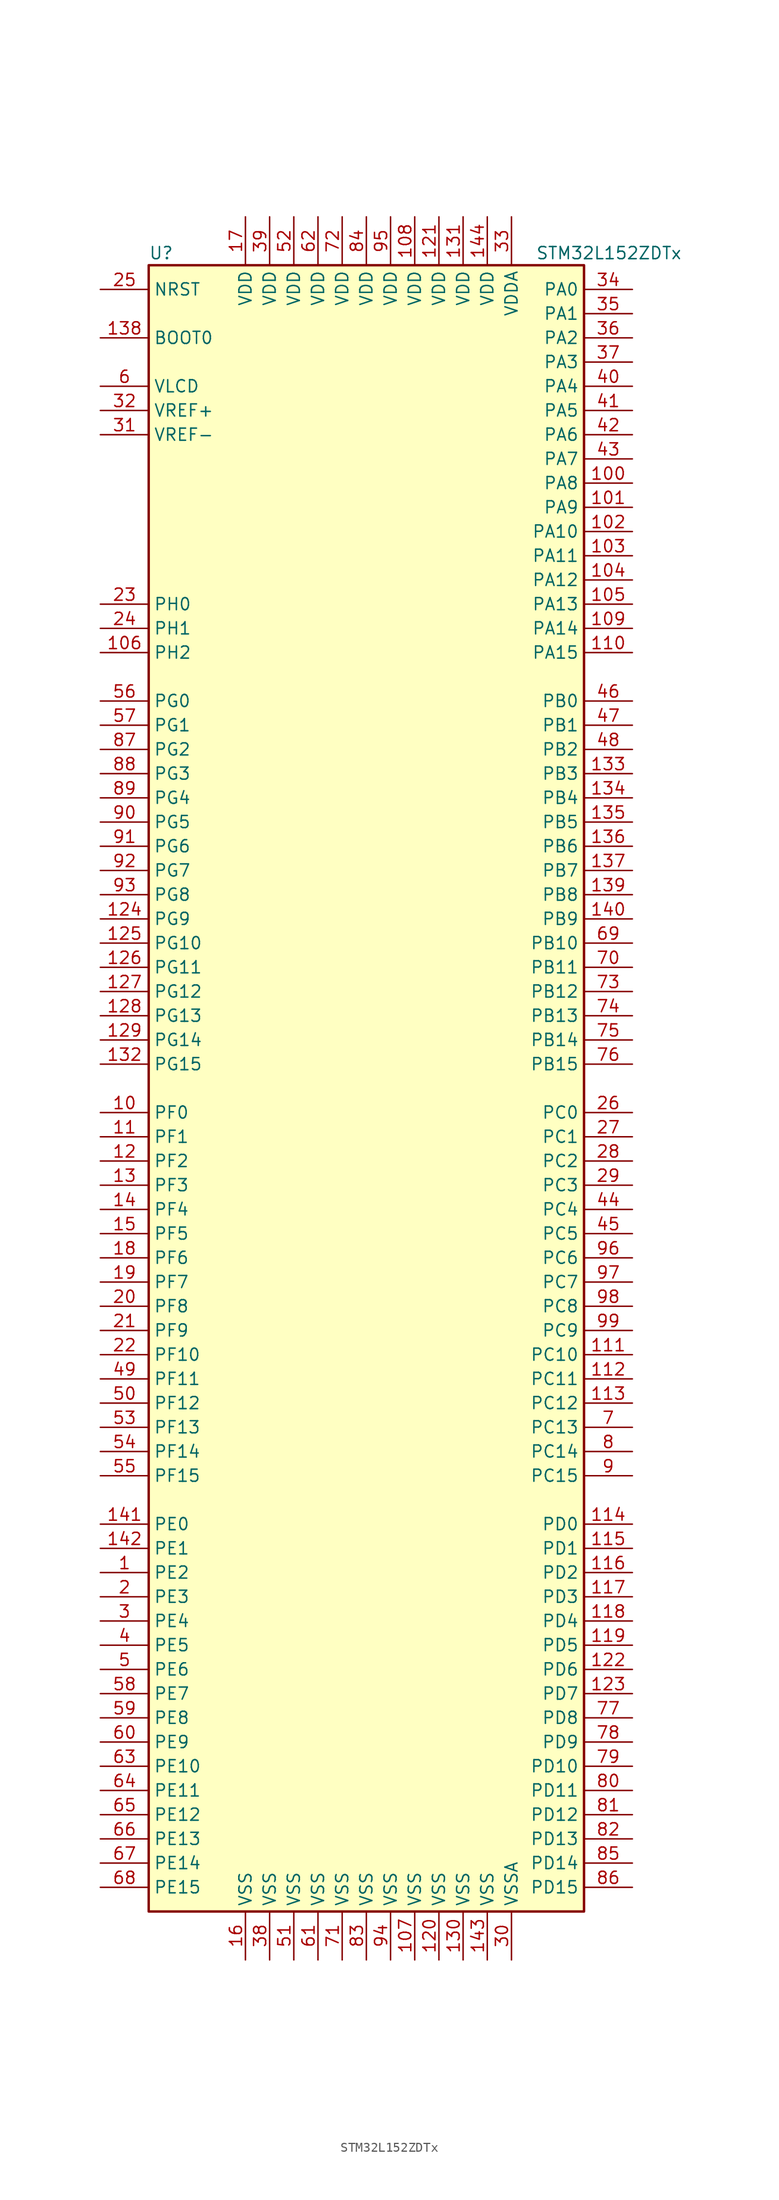
<source format=kicad_sym>
(kicad_symbol_lib
  (version 20211014)
  (generator kicad_symbol_editor)
  (symbol "STM32L152ZDTx"
    (property "Reference" "U"
      (at -22.86 87.63 0)
      (effects (font (size 1.27 1.27)) (justify left)))
    (property "Value" "STM32L152ZDTx"
      (at 17.78 87.63 0)
      (effects (font (size 1.27 1.27)) (justify left)))
    (symbol "STM32L152ZDTx_0_1"
      (rectangle (start -22.86 -86.36) (end 22.86 86.36) (stroke (width 0.254) (type default) (color 0 0 0 0)) (fill (type background))))
    (symbol "STM32L152ZDTx_1_1"
      (pin bidirectional line (at -27.94 -50.8 0) (length 5.08) (name "PE2" (effects (font (size 1.27 1.27)))) (number "1" (effects (font (size 1.27 1.27)))))
      (pin bidirectional line (at -27.94 -2.54 0) (length 5.08) (name "PF0" (effects (font (size 1.27 1.27)))) (number "10" (effects (font (size 1.27 1.27)))))
      (pin bidirectional line (at 27.94 63.5 180) (length 5.08) (name "PA8" (effects (font (size 1.27 1.27)))) (number "100" (effects (font (size 1.27 1.27)))))
      (pin bidirectional line (at 27.94 60.96 180) (length 5.08) (name "PA9" (effects (font (size 1.27 1.27)))) (number "101" (effects (font (size 1.27 1.27)))))
      (pin bidirectional line (at 27.94 58.42 180) (length 5.08) (name "PA10" (effects (font (size 1.27 1.27)))) (number "102" (effects (font (size 1.27 1.27)))))
      (pin bidirectional line (at 27.94 55.88 180) (length 5.08) (name "PA11" (effects (font (size 1.27 1.27)))) (number "103" (effects (font (size 1.27 1.27)))))
      (pin bidirectional line (at 27.94 53.34 180) (length 5.08) (name "PA12" (effects (font (size 1.27 1.27)))) (number "104" (effects (font (size 1.27 1.27)))))
      (pin bidirectional line (at 27.94 50.8 180) (length 5.08) (name "PA13" (effects (font (size 1.27 1.27)))) (number "105" (effects (font (size 1.27 1.27)))))
      (pin bidirectional line (at -27.94 45.72 0) (length 5.08) (name "PH2" (effects (font (size 1.27 1.27)))) (number "106" (effects (font (size 1.27 1.27)))))
      (pin power_in line (at 5.08 -91.44 90) (length 5.08) (name "VSS" (effects (font (size 1.27 1.27)))) (number "107" (effects (font (size 1.27 1.27)))))
      (pin power_in line (at 5.08 91.44 270) (length 5.08) (name "VDD" (effects (font (size 1.27 1.27)))) (number "108" (effects (font (size 1.27 1.27)))))
      (pin bidirectional line (at 27.94 48.26 180) (length 5.08) (name "PA14" (effects (font (size 1.27 1.27)))) (number "109" (effects (font (size 1.27 1.27)))))
      (pin bidirectional line (at -27.94 -5.08 0) (length 5.08) (name "PF1" (effects (font (size 1.27 1.27)))) (number "11" (effects (font (size 1.27 1.27)))))
      (pin bidirectional line (at 27.94 45.72 180) (length 5.08) (name "PA15" (effects (font (size 1.27 1.27)))) (number "110" (effects (font (size 1.27 1.27)))))
      (pin bidirectional line (at 27.94 -27.94 180) (length 5.08) (name "PC10" (effects (font (size 1.27 1.27)))) (number "111" (effects (font (size 1.27 1.27)))))
      (pin bidirectional line (at 27.94 -30.48 180) (length 5.08) (name "PC11" (effects (font (size 1.27 1.27)))) (number "112" (effects (font (size 1.27 1.27)))))
      (pin bidirectional line (at 27.94 -33.02 180) (length 5.08) (name "PC12" (effects (font (size 1.27 1.27)))) (number "113" (effects (font (size 1.27 1.27)))))
      (pin bidirectional line (at 27.94 -45.72 180) (length 5.08) (name "PD0" (effects (font (size 1.27 1.27)))) (number "114" (effects (font (size 1.27 1.27)))))
      (pin bidirectional line (at 27.94 -48.26 180) (length 5.08) (name "PD1" (effects (font (size 1.27 1.27)))) (number "115" (effects (font (size 1.27 1.27)))))
      (pin bidirectional line (at 27.94 -50.8 180) (length 5.08) (name "PD2" (effects (font (size 1.27 1.27)))) (number "116" (effects (font (size 1.27 1.27)))))
      (pin bidirectional line (at 27.94 -53.34 180) (length 5.08) (name "PD3" (effects (font (size 1.27 1.27)))) (number "117" (effects (font (size 1.27 1.27)))))
      (pin bidirectional line (at 27.94 -55.88 180) (length 5.08) (name "PD4" (effects (font (size 1.27 1.27)))) (number "118" (effects (font (size 1.27 1.27)))))
      (pin bidirectional line (at 27.94 -58.42 180) (length 5.08) (name "PD5" (effects (font (size 1.27 1.27)))) (number "119" (effects (font (size 1.27 1.27)))))
      (pin bidirectional line (at -27.94 -7.62 0) (length 5.08) (name "PF2" (effects (font (size 1.27 1.27)))) (number "12" (effects (font (size 1.27 1.27)))))
      (pin power_in line (at 7.62 -91.44 90) (length 5.08) (name "VSS" (effects (font (size 1.27 1.27)))) (number "120" (effects (font (size 1.27 1.27)))))
      (pin power_in line (at 7.62 91.44 270) (length 5.08) (name "VDD" (effects (font (size 1.27 1.27)))) (number "121" (effects (font (size 1.27 1.27)))))
      (pin bidirectional line (at 27.94 -60.96 180) (length 5.08) (name "PD6" (effects (font (size 1.27 1.27)))) (number "122" (effects (font (size 1.27 1.27)))))
      (pin bidirectional line (at 27.94 -63.5 180) (length 5.08) (name "PD7" (effects (font (size 1.27 1.27)))) (number "123" (effects (font (size 1.27 1.27)))))
      (pin bidirectional line (at -27.94 17.78 0) (length 5.08) (name "PG9" (effects (font (size 1.27 1.27)))) (number "124" (effects (font (size 1.27 1.27)))))
      (pin bidirectional line (at -27.94 15.24 0) (length 5.08) (name "PG10" (effects (font (size 1.27 1.27)))) (number "125" (effects (font (size 1.27 1.27)))))
      (pin bidirectional line (at -27.94 12.7 0) (length 5.08) (name "PG11" (effects (font (size 1.27 1.27)))) (number "126" (effects (font (size 1.27 1.27)))))
      (pin bidirectional line (at -27.94 10.16 0) (length 5.08) (name "PG12" (effects (font (size 1.27 1.27)))) (number "127" (effects (font (size 1.27 1.27)))))
      (pin bidirectional line (at -27.94 7.62 0) (length 5.08) (name "PG13" (effects (font (size 1.27 1.27)))) (number "128" (effects (font (size 1.27 1.27)))))
      (pin bidirectional line (at -27.94 5.08 0) (length 5.08) (name "PG14" (effects (font (size 1.27 1.27)))) (number "129" (effects (font (size 1.27 1.27)))))
      (pin bidirectional line (at -27.94 -10.16 0) (length 5.08) (name "PF3" (effects (font (size 1.27 1.27)))) (number "13" (effects (font (size 1.27 1.27)))))
      (pin power_in line (at 10.16 -91.44 90) (length 5.08) (name "VSS" (effects (font (size 1.27 1.27)))) (number "130" (effects (font (size 1.27 1.27)))))
      (pin power_in line (at 10.16 91.44 270) (length 5.08) (name "VDD" (effects (font (size 1.27 1.27)))) (number "131" (effects (font (size 1.27 1.27)))))
      (pin bidirectional line (at -27.94 2.54 0) (length 5.08) (name "PG15" (effects (font (size 1.27 1.27)))) (number "132" (effects (font (size 1.27 1.27)))))
      (pin bidirectional line (at 27.94 33.02 180) (length 5.08) (name "PB3" (effects (font (size 1.27 1.27)))) (number "133" (effects (font (size 1.27 1.27)))))
      (pin bidirectional line (at 27.94 30.48 180) (length 5.08) (name "PB4" (effects (font (size 1.27 1.27)))) (number "134" (effects (font (size 1.27 1.27)))))
      (pin bidirectional line (at 27.94 27.94 180) (length 5.08) (name "PB5" (effects (font (size 1.27 1.27)))) (number "135" (effects (font (size 1.27 1.27)))))
      (pin bidirectional line (at 27.94 25.4 180) (length 5.08) (name "PB6" (effects (font (size 1.27 1.27)))) (number "136" (effects (font (size 1.27 1.27)))))
      (pin bidirectional line (at 27.94 22.86 180) (length 5.08) (name "PB7" (effects (font (size 1.27 1.27)))) (number "137" (effects (font (size 1.27 1.27)))))
      (pin input line (at -27.94 78.74 0) (length 5.08) (name "BOOT0" (effects (font (size 1.27 1.27)))) (number "138" (effects (font (size 1.27 1.27)))))
      (pin bidirectional line (at 27.94 20.32 180) (length 5.08) (name "PB8" (effects (font (size 1.27 1.27)))) (number "139" (effects (font (size 1.27 1.27)))))
      (pin bidirectional line (at -27.94 -12.7 0) (length 5.08) (name "PF4" (effects (font (size 1.27 1.27)))) (number "14" (effects (font (size 1.27 1.27)))))
      (pin bidirectional line (at 27.94 17.78 180) (length 5.08) (name "PB9" (effects (font (size 1.27 1.27)))) (number "140" (effects (font (size 1.27 1.27)))))
      (pin bidirectional line (at -27.94 -45.72 0) (length 5.08) (name "PE0" (effects (font (size 1.27 1.27)))) (number "141" (effects (font (size 1.27 1.27)))))
      (pin bidirectional line (at -27.94 -48.26 0) (length 5.08) (name "PE1" (effects (font (size 1.27 1.27)))) (number "142" (effects (font (size 1.27 1.27)))))
      (pin power_in line (at 12.7 -91.44 90) (length 5.08) (name "VSS" (effects (font (size 1.27 1.27)))) (number "143" (effects (font (size 1.27 1.27)))))
      (pin power_in line (at 12.7 91.44 270) (length 5.08) (name "VDD" (effects (font (size 1.27 1.27)))) (number "144" (effects (font (size 1.27 1.27)))))
      (pin bidirectional line (at -27.94 -15.24 0) (length 5.08) (name "PF5" (effects (font (size 1.27 1.27)))) (number "15" (effects (font (size 1.27 1.27)))))
      (pin power_in line (at -12.7 -91.44 90) (length 5.08) (name "VSS" (effects (font (size 1.27 1.27)))) (number "16" (effects (font (size 1.27 1.27)))))
      (pin power_in line (at -12.7 91.44 270) (length 5.08) (name "VDD" (effects (font (size 1.27 1.27)))) (number "17" (effects (font (size 1.27 1.27)))))
      (pin bidirectional line (at -27.94 -17.78 0) (length 5.08) (name "PF6" (effects (font (size 1.27 1.27)))) (number "18" (effects (font (size 1.27 1.27)))))
      (pin bidirectional line (at -27.94 -20.32 0) (length 5.08) (name "PF7" (effects (font (size 1.27 1.27)))) (number "19" (effects (font (size 1.27 1.27)))))
      (pin bidirectional line (at -27.94 -53.34 0) (length 5.08) (name "PE3" (effects (font (size 1.27 1.27)))) (number "2" (effects (font (size 1.27 1.27)))))
      (pin bidirectional line (at -27.94 -22.86 0) (length 5.08) (name "PF8" (effects (font (size 1.27 1.27)))) (number "20" (effects (font (size 1.27 1.27)))))
      (pin bidirectional line (at -27.94 -25.4 0) (length 5.08) (name "PF9" (effects (font (size 1.27 1.27)))) (number "21" (effects (font (size 1.27 1.27)))))
      (pin bidirectional line (at -27.94 -27.94 0) (length 5.08) (name "PF10" (effects (font (size 1.27 1.27)))) (number "22" (effects (font (size 1.27 1.27)))))
      (pin input line (at -27.94 50.8 0) (length 5.08) (name "PH0" (effects (font (size 1.27 1.27)))) (number "23" (effects (font (size 1.27 1.27)))))
      (pin input line (at -27.94 48.26 0) (length 5.08) (name "PH1" (effects (font (size 1.27 1.27)))) (number "24" (effects (font (size 1.27 1.27)))))
      (pin input line (at -27.94 83.82 0) (length 5.08) (name "NRST" (effects (font (size 1.27 1.27)))) (number "25" (effects (font (size 1.27 1.27)))))
      (pin bidirectional line (at 27.94 -2.54 180) (length 5.08) (name "PC0" (effects (font (size 1.27 1.27)))) (number "26" (effects (font (size 1.27 1.27)))))
      (pin bidirectional line (at 27.94 -5.08 180) (length 5.08) (name "PC1" (effects (font (size 1.27 1.27)))) (number "27" (effects (font (size 1.27 1.27)))))
      (pin bidirectional line (at 27.94 -7.62 180) (length 5.08) (name "PC2" (effects (font (size 1.27 1.27)))) (number "28" (effects (font (size 1.27 1.27)))))
      (pin bidirectional line (at 27.94 -10.16 180) (length 5.08) (name "PC3" (effects (font (size 1.27 1.27)))) (number "29" (effects (font (size 1.27 1.27)))))
      (pin bidirectional line (at -27.94 -55.88 0) (length 5.08) (name "PE4" (effects (font (size 1.27 1.27)))) (number "3" (effects (font (size 1.27 1.27)))))
      (pin power_in line (at 15.24 -91.44 90) (length 5.08) (name "VSSA" (effects (font (size 1.27 1.27)))) (number "30" (effects (font (size 1.27 1.27)))))
      (pin power_in line (at -27.94 68.58 0) (length 5.08) (name "VREF-" (effects (font (size 1.27 1.27)))) (number "31" (effects (font (size 1.27 1.27)))))
      (pin power_in line (at -27.94 71.12 0) (length 5.08) (name "VREF+" (effects (font (size 1.27 1.27)))) (number "32" (effects (font (size 1.27 1.27)))))
      (pin power_in line (at 15.24 91.44 270) (length 5.08) (name "VDDA" (effects (font (size 1.27 1.27)))) (number "33" (effects (font (size 1.27 1.27)))))
      (pin bidirectional line (at 27.94 83.82 180) (length 5.08) (name "PA0" (effects (font (size 1.27 1.27)))) (number "34" (effects (font (size 1.27 1.27)))))
      (pin bidirectional line (at 27.94 81.28 180) (length 5.08) (name "PA1" (effects (font (size 1.27 1.27)))) (number "35" (effects (font (size 1.27 1.27)))))
      (pin bidirectional line (at 27.94 78.74 180) (length 5.08) (name "PA2" (effects (font (size 1.27 1.27)))) (number "36" (effects (font (size 1.27 1.27)))))
      (pin bidirectional line (at 27.94 76.2 180) (length 5.08) (name "PA3" (effects (font (size 1.27 1.27)))) (number "37" (effects (font (size 1.27 1.27)))))
      (pin power_in line (at -10.16 -91.44 90) (length 5.08) (name "VSS" (effects (font (size 1.27 1.27)))) (number "38" (effects (font (size 1.27 1.27)))))
      (pin power_in line (at -10.16 91.44 270) (length 5.08) (name "VDD" (effects (font (size 1.27 1.27)))) (number "39" (effects (font (size 1.27 1.27)))))
      (pin bidirectional line (at -27.94 -58.42 0) (length 5.08) (name "PE5" (effects (font (size 1.27 1.27)))) (number "4" (effects (font (size 1.27 1.27)))))
      (pin bidirectional line (at 27.94 73.66 180) (length 5.08) (name "PA4" (effects (font (size 1.27 1.27)))) (number "40" (effects (font (size 1.27 1.27)))))
      (pin bidirectional line (at 27.94 71.12 180) (length 5.08) (name "PA5" (effects (font (size 1.27 1.27)))) (number "41" (effects (font (size 1.27 1.27)))))
      (pin bidirectional line (at 27.94 68.58 180) (length 5.08) (name "PA6" (effects (font (size 1.27 1.27)))) (number "42" (effects (font (size 1.27 1.27)))))
      (pin bidirectional line (at 27.94 66.04 180) (length 5.08) (name "PA7" (effects (font (size 1.27 1.27)))) (number "43" (effects (font (size 1.27 1.27)))))
      (pin bidirectional line (at 27.94 -12.7 180) (length 5.08) (name "PC4" (effects (font (size 1.27 1.27)))) (number "44" (effects (font (size 1.27 1.27)))))
      (pin bidirectional line (at 27.94 -15.24 180) (length 5.08) (name "PC5" (effects (font (size 1.27 1.27)))) (number "45" (effects (font (size 1.27 1.27)))))
      (pin bidirectional line (at 27.94 40.64 180) (length 5.08) (name "PB0" (effects (font (size 1.27 1.27)))) (number "46" (effects (font (size 1.27 1.27)))))
      (pin bidirectional line (at 27.94 38.1 180) (length 5.08) (name "PB1" (effects (font (size 1.27 1.27)))) (number "47" (effects (font (size 1.27 1.27)))))
      (pin bidirectional line (at 27.94 35.56 180) (length 5.08) (name "PB2" (effects (font (size 1.27 1.27)))) (number "48" (effects (font (size 1.27 1.27)))))
      (pin bidirectional line (at -27.94 -30.48 0) (length 5.08) (name "PF11" (effects (font (size 1.27 1.27)))) (number "49" (effects (font (size 1.27 1.27)))))
      (pin bidirectional line (at -27.94 -60.96 0) (length 5.08) (name "PE6" (effects (font (size 1.27 1.27)))) (number "5" (effects (font (size 1.27 1.27)))))
      (pin bidirectional line (at -27.94 -33.02 0) (length 5.08) (name "PF12" (effects (font (size 1.27 1.27)))) (number "50" (effects (font (size 1.27 1.27)))))
      (pin power_in line (at -7.62 -91.44 90) (length 5.08) (name "VSS" (effects (font (size 1.27 1.27)))) (number "51" (effects (font (size 1.27 1.27)))))
      (pin power_in line (at -7.62 91.44 270) (length 5.08) (name "VDD" (effects (font (size 1.27 1.27)))) (number "52" (effects (font (size 1.27 1.27)))))
      (pin bidirectional line (at -27.94 -35.56 0) (length 5.08) (name "PF13" (effects (font (size 1.27 1.27)))) (number "53" (effects (font (size 1.27 1.27)))))
      (pin bidirectional line (at -27.94 -38.1 0) (length 5.08) (name "PF14" (effects (font (size 1.27 1.27)))) (number "54" (effects (font (size 1.27 1.27)))))
      (pin bidirectional line (at -27.94 -40.64 0) (length 5.08) (name "PF15" (effects (font (size 1.27 1.27)))) (number "55" (effects (font (size 1.27 1.27)))))
      (pin bidirectional line (at -27.94 40.64 0) (length 5.08) (name "PG0" (effects (font (size 1.27 1.27)))) (number "56" (effects (font (size 1.27 1.27)))))
      (pin bidirectional line (at -27.94 38.1 0) (length 5.08) (name "PG1" (effects (font (size 1.27 1.27)))) (number "57" (effects (font (size 1.27 1.27)))))
      (pin bidirectional line (at -27.94 -63.5 0) (length 5.08) (name "PE7" (effects (font (size 1.27 1.27)))) (number "58" (effects (font (size 1.27 1.27)))))
      (pin bidirectional line (at -27.94 -66.04 0) (length 5.08) (name "PE8" (effects (font (size 1.27 1.27)))) (number "59" (effects (font (size 1.27 1.27)))))
      (pin power_in line (at -27.94 73.66 0) (length 5.08) (name "VLCD" (effects (font (size 1.27 1.27)))) (number "6" (effects (font (size 1.27 1.27)))))
      (pin bidirectional line (at -27.94 -68.58 0) (length 5.08) (name "PE9" (effects (font (size 1.27 1.27)))) (number "60" (effects (font (size 1.27 1.27)))))
      (pin power_in line (at -5.08 -91.44 90) (length 5.08) (name "VSS" (effects (font (size 1.27 1.27)))) (number "61" (effects (font (size 1.27 1.27)))))
      (pin power_in line (at -5.08 91.44 270) (length 5.08) (name "VDD" (effects (font (size 1.27 1.27)))) (number "62" (effects (font (size 1.27 1.27)))))
      (pin bidirectional line (at -27.94 -71.12 0) (length 5.08) (name "PE10" (effects (font (size 1.27 1.27)))) (number "63" (effects (font (size 1.27 1.27)))))
      (pin bidirectional line (at -27.94 -73.66 0) (length 5.08) (name "PE11" (effects (font (size 1.27 1.27)))) (number "64" (effects (font (size 1.27 1.27)))))
      (pin bidirectional line (at -27.94 -76.2 0) (length 5.08) (name "PE12" (effects (font (size 1.27 1.27)))) (number "65" (effects (font (size 1.27 1.27)))))
      (pin bidirectional line (at -27.94 -78.74 0) (length 5.08) (name "PE13" (effects (font (size 1.27 1.27)))) (number "66" (effects (font (size 1.27 1.27)))))
      (pin bidirectional line (at -27.94 -81.28 0) (length 5.08) (name "PE14" (effects (font (size 1.27 1.27)))) (number "67" (effects (font (size 1.27 1.27)))))
      (pin bidirectional line (at -27.94 -83.82 0) (length 5.08) (name "PE15" (effects (font (size 1.27 1.27)))) (number "68" (effects (font (size 1.27 1.27)))))
      (pin bidirectional line (at 27.94 15.24 180) (length 5.08) (name "PB10" (effects (font (size 1.27 1.27)))) (number "69" (effects (font (size 1.27 1.27)))))
      (pin bidirectional line (at 27.94 -35.56 180) (length 5.08) (name "PC13" (effects (font (size 1.27 1.27)))) (number "7" (effects (font (size 1.27 1.27)))))
      (pin bidirectional line (at 27.94 12.7 180) (length 5.08) (name "PB11" (effects (font (size 1.27 1.27)))) (number "70" (effects (font (size 1.27 1.27)))))
      (pin power_in line (at -2.54 -91.44 90) (length 5.08) (name "VSS" (effects (font (size 1.27 1.27)))) (number "71" (effects (font (size 1.27 1.27)))))
      (pin power_in line (at -2.54 91.44 270) (length 5.08) (name "VDD" (effects (font (size 1.27 1.27)))) (number "72" (effects (font (size 1.27 1.27)))))
      (pin bidirectional line (at 27.94 10.16 180) (length 5.08) (name "PB12" (effects (font (size 1.27 1.27)))) (number "73" (effects (font (size 1.27 1.27)))))
      (pin bidirectional line (at 27.94 7.62 180) (length 5.08) (name "PB13" (effects (font (size 1.27 1.27)))) (number "74" (effects (font (size 1.27 1.27)))))
      (pin bidirectional line (at 27.94 5.08 180) (length 5.08) (name "PB14" (effects (font (size 1.27 1.27)))) (number "75" (effects (font (size 1.27 1.27)))))
      (pin bidirectional line (at 27.94 2.54 180) (length 5.08) (name "PB15" (effects (font (size 1.27 1.27)))) (number "76" (effects (font (size 1.27 1.27)))))
      (pin bidirectional line (at 27.94 -66.04 180) (length 5.08) (name "PD8" (effects (font (size 1.27 1.27)))) (number "77" (effects (font (size 1.27 1.27)))))
      (pin bidirectional line (at 27.94 -68.58 180) (length 5.08) (name "PD9" (effects (font (size 1.27 1.27)))) (number "78" (effects (font (size 1.27 1.27)))))
      (pin bidirectional line (at 27.94 -71.12 180) (length 5.08) (name "PD10" (effects (font (size 1.27 1.27)))) (number "79" (effects (font (size 1.27 1.27)))))
      (pin bidirectional line (at 27.94 -38.1 180) (length 5.08) (name "PC14" (effects (font (size 1.27 1.27)))) (number "8" (effects (font (size 1.27 1.27)))))
      (pin bidirectional line (at 27.94 -73.66 180) (length 5.08) (name "PD11" (effects (font (size 1.27 1.27)))) (number "80" (effects (font (size 1.27 1.27)))))
      (pin bidirectional line (at 27.94 -76.2 180) (length 5.08) (name "PD12" (effects (font (size 1.27 1.27)))) (number "81" (effects (font (size 1.27 1.27)))))
      (pin bidirectional line (at 27.94 -78.74 180) (length 5.08) (name "PD13" (effects (font (size 1.27 1.27)))) (number "82" (effects (font (size 1.27 1.27)))))
      (pin power_in line (at 0 -91.44 90) (length 5.08) (name "VSS" (effects (font (size 1.27 1.27)))) (number "83" (effects (font (size 1.27 1.27)))))
      (pin power_in line (at 0 91.44 270) (length 5.08) (name "VDD" (effects (font (size 1.27 1.27)))) (number "84" (effects (font (size 1.27 1.27)))))
      (pin bidirectional line (at 27.94 -81.28 180) (length 5.08) (name "PD14" (effects (font (size 1.27 1.27)))) (number "85" (effects (font (size 1.27 1.27)))))
      (pin bidirectional line (at 27.94 -83.82 180) (length 5.08) (name "PD15" (effects (font (size 1.27 1.27)))) (number "86" (effects (font (size 1.27 1.27)))))
      (pin bidirectional line (at -27.94 35.56 0) (length 5.08) (name "PG2" (effects (font (size 1.27 1.27)))) (number "87" (effects (font (size 1.27 1.27)))))
      (pin bidirectional line (at -27.94 33.02 0) (length 5.08) (name "PG3" (effects (font (size 1.27 1.27)))) (number "88" (effects (font (size 1.27 1.27)))))
      (pin bidirectional line (at -27.94 30.48 0) (length 5.08) (name "PG4" (effects (font (size 1.27 1.27)))) (number "89" (effects (font (size 1.27 1.27)))))
      (pin bidirectional line (at 27.94 -40.64 180) (length 5.08) (name "PC15" (effects (font (size 1.27 1.27)))) (number "9" (effects (font (size 1.27 1.27)))))
      (pin bidirectional line (at -27.94 27.94 0) (length 5.08) (name "PG5" (effects (font (size 1.27 1.27)))) (number "90" (effects (font (size 1.27 1.27)))))
      (pin bidirectional line (at -27.94 25.4 0) (length 5.08) (name "PG6" (effects (font (size 1.27 1.27)))) (number "91" (effects (font (size 1.27 1.27)))))
      (pin bidirectional line (at -27.94 22.86 0) (length 5.08) (name "PG7" (effects (font (size 1.27 1.27)))) (number "92" (effects (font (size 1.27 1.27)))))
      (pin bidirectional line (at -27.94 20.32 0) (length 5.08) (name "PG8" (effects (font (size 1.27 1.27)))) (number "93" (effects (font (size 1.27 1.27)))))
      (pin power_in line (at 2.54 -91.44 90) (length 5.08) (name "VSS" (effects (font (size 1.27 1.27)))) (number "94" (effects (font (size 1.27 1.27)))))
      (pin power_in line (at 2.54 91.44 270) (length 5.08) (name "VDD" (effects (font (size 1.27 1.27)))) (number "95" (effects (font (size 1.27 1.27)))))
      (pin bidirectional line (at 27.94 -17.78 180) (length 5.08) (name "PC6" (effects (font (size 1.27 1.27)))) (number "96" (effects (font (size 1.27 1.27)))))
      (pin bidirectional line (at 27.94 -20.32 180) (length 5.08) (name "PC7" (effects (font (size 1.27 1.27)))) (number "97" (effects (font (size 1.27 1.27)))))
      (pin bidirectional line (at 27.94 -22.86 180) (length 5.08) (name "PC8" (effects (font (size 1.27 1.27)))) (number "98" (effects (font (size 1.27 1.27)))))
      (pin bidirectional line (at 27.94 -25.4 180) (length 5.08) (name "PC9" (effects (font (size 1.27 1.27)))) (number "99" (effects (font (size 1.27 1.27))))))))
</source>
